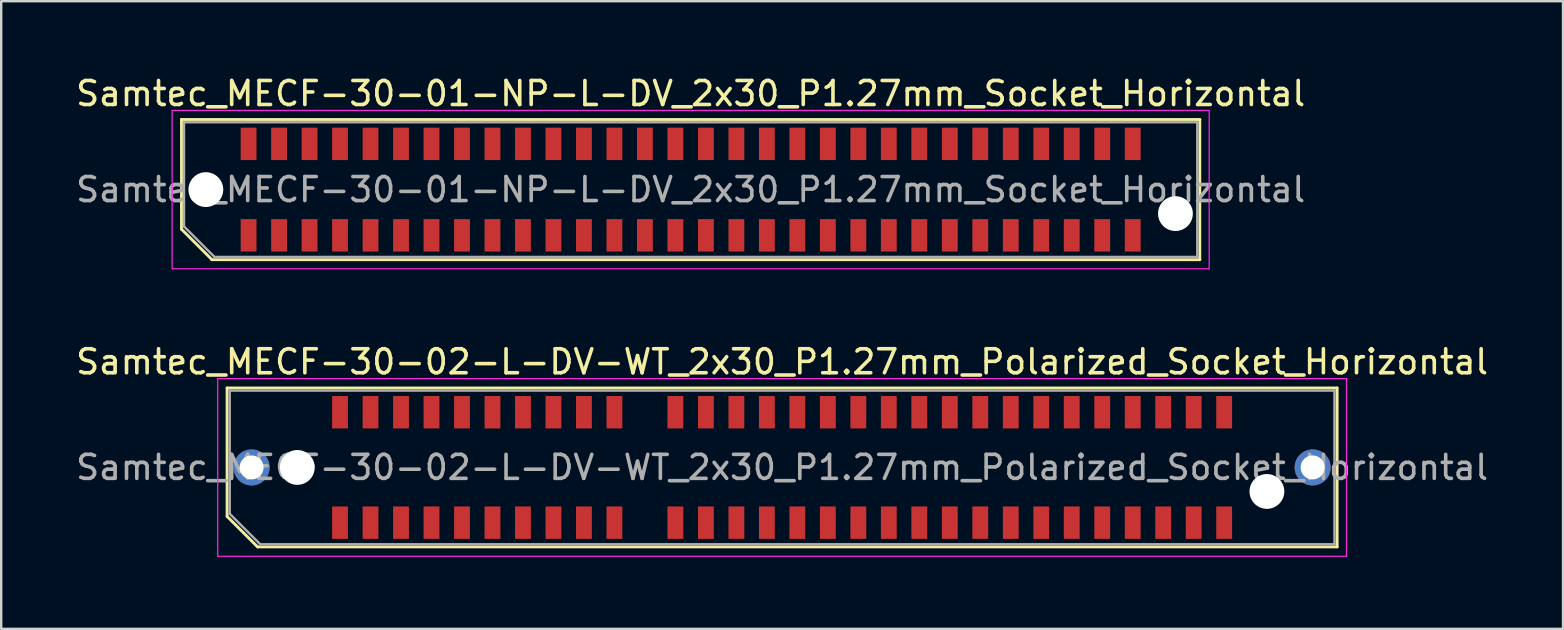
<source format=kicad_pcb>
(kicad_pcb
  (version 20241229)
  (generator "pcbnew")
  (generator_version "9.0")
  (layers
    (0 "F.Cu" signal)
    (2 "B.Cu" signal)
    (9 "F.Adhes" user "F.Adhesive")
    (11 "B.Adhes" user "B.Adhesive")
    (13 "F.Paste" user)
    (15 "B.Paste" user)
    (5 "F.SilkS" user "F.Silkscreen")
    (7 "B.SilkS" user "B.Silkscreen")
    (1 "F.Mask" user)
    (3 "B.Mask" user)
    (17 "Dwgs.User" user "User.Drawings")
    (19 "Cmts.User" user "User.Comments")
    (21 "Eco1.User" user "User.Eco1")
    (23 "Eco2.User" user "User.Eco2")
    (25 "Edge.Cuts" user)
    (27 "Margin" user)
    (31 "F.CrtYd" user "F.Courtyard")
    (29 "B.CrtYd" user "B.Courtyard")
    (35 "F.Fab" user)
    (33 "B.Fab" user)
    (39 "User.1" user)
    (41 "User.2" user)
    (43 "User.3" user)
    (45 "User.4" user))
  (footprint "Samtec_MECF-30-01-NP-L-DV_2x30_P1.27mm_Socket_Horizontal"
    (layer "F.Cu")
    (at 25.72 4.848)
    (property "Reference" "Samtec_MECF-30-01-NP-L-DV_2x30_P1.27mm_Socket_Horizontal" (at 0 -4 0) (layer "F.SilkS") (effects (font (size 1 1) (thickness 0.15))))
    (attr smd)
    (fp_line (start -21.21 -2.92) (end 21.21 -2.92) (stroke (width 0.12) (type solid)) (layer "F.SilkS"))
    (fp_line (start -21.21 1.65) (end -21.21 -2.92) (stroke (width 0.12) (type solid)) (layer "F.SilkS"))
    (fp_line (start -19.94 2.92) (end -21.21 1.65) (stroke (width 0.12) (type solid)) (layer "F.SilkS"))
    (fp_line (start -19.94 2.92) (end 21.21 2.92) (stroke (width 0.12) (type solid)) (layer "F.SilkS"))
    (fp_line (start 21.21 2.92) (end 21.21 -2.92) (stroke (width 0.12) (type solid)) (layer "F.SilkS"))
    (fp_line (start -21.6 -3.3) (end -21.6 3.3) (stroke (width 0.05) (type solid)) (layer "F.CrtYd"))
    (fp_line (start -21.6 3.3) (end 21.6 3.3) (stroke (width 0.05) (type solid)) (layer "F.CrtYd"))
    (fp_line (start 21.6 -3.3) (end -21.6 -3.3) (stroke (width 0.05) (type solid)) (layer "F.CrtYd"))
    (fp_line (start 21.6 3.3) (end 21.6 -3.3) (stroke (width 0.05) (type solid)) (layer "F.CrtYd"))
    (fp_line (start -21.105 -2.805) (end 21.105 -2.805) (stroke (width 0.1) (type solid)) (layer "F.Fab"))
    (fp_line (start -21.105 1.535) (end -21.105 -2.805) (stroke (width 0.1) (type solid)) (layer "F.Fab"))
    (fp_line (start -21.105 1.535) (end -19.835 2.805) (stroke (width 0.1) (type solid)) (layer "F.Fab"))
    (fp_line (start -19.835 2.805) (end 21.105 2.805) (stroke (width 0.1) (type solid)) (layer "F.Fab"))
    (fp_line (start 21.105 2.805) (end 21.105 -2.805) (stroke (width 0.1) (type solid)) (layer "F.Fab"))
    (fp_text user "${REFERENCE}" (at 0 0 0) (layer "F.Fab") (effects (font (size 1 1) (thickness 0.15))))
    (pad "" np_thru_hole circle (at -20.195 0) (size 1.45 1.45) (drill 1.45) (layers "*.Cu" "*.Mask"))
    (pad "" np_thru_hole circle (at 20.195 1) (size 1.45 1.45) (drill 1.45) (layers "*.Cu" "*.Mask"))
    (pad "1" smd rect (at -18.415 1.905) (size 0.66 1.35) (layers "F.Cu" "F.Mask" "F.Paste"))
    (pad "2" smd rect (at -18.415 -1.905) (size 0.66 1.35) (layers "F.Cu" "F.Mask" "F.Paste"))
    (pad "3" smd rect (at -17.145 1.905) (size 0.66 1.35) (layers "F.Cu" "F.Mask" "F.Paste"))
    (pad "4" smd rect (at -17.145 -1.905) (size 0.66 1.35) (layers "F.Cu" "F.Mask" "F.Paste"))
    (pad "5" smd rect (at -15.875 1.905) (size 0.66 1.35) (layers "F.Cu" "F.Mask" "F.Paste"))
    (pad "6" smd rect (at -15.875 -1.905) (size 0.66 1.35) (layers "F.Cu" "F.Mask" "F.Paste"))
    (pad "7" smd rect (at -14.605 1.905) (size 0.66 1.35) (layers "F.Cu" "F.Mask" "F.Paste"))
    (pad "8" smd rect (at -14.605 -1.905) (size 0.66 1.35) (layers "F.Cu" "F.Mask" "F.Paste"))
    (pad "9" smd rect (at -13.335 1.905) (size 0.66 1.35) (layers "F.Cu" "F.Mask" "F.Paste"))
    (pad "10" smd rect (at -13.335 -1.905) (size 0.66 1.35) (layers "F.Cu" "F.Mask" "F.Paste"))
    (pad "11" smd rect (at -12.065 1.905) (size 0.66 1.35) (layers "F.Cu" "F.Mask" "F.Paste"))
    (pad "12" smd rect (at -12.065 -1.905) (size 0.66 1.35) (layers "F.Cu" "F.Mask" "F.Paste"))
    (pad "13" smd rect (at -10.795 1.905) (size 0.66 1.35) (layers "F.Cu" "F.Mask" "F.Paste"))
    (pad "14" smd rect (at -10.795 -1.905) (size 0.66 1.35) (layers "F.Cu" "F.Mask" "F.Paste"))
    (pad "15" smd rect (at -9.525 1.905) (size 0.66 1.35) (layers "F.Cu" "F.Mask" "F.Paste"))
    (pad "16" smd rect (at -9.525 -1.905) (size 0.66 1.35) (layers "F.Cu" "F.Mask" "F.Paste"))
    (pad "17" smd rect (at -8.255 1.905) (size 0.66 1.35) (layers "F.Cu" "F.Mask" "F.Paste"))
    (pad "18" smd rect (at -8.255 -1.905) (size 0.66 1.35) (layers "F.Cu" "F.Mask" "F.Paste"))
    (pad "19" smd rect (at -6.985 1.905) (size 0.66 1.35) (layers "F.Cu" "F.Mask" "F.Paste"))
    (pad "20" smd rect (at -6.985 -1.905) (size 0.66 1.35) (layers "F.Cu" "F.Mask" "F.Paste"))
    (pad "21" smd rect (at -5.715 1.905) (size 0.66 1.35) (layers "F.Cu" "F.Mask" "F.Paste"))
    (pad "22" smd rect (at -5.715 -1.905) (size 0.66 1.35) (layers "F.Cu" "F.Mask" "F.Paste"))
    (pad "23" smd rect (at -4.445 1.905) (size 0.66 1.35) (layers "F.Cu" "F.Mask" "F.Paste"))
    (pad "24" smd rect (at -4.445 -1.905) (size 0.66 1.35) (layers "F.Cu" "F.Mask" "F.Paste"))
    (pad "25" smd rect (at -3.175 1.905) (size 0.66 1.35) (layers "F.Cu" "F.Mask" "F.Paste"))
    (pad "26" smd rect (at -3.175 -1.905) (size 0.66 1.35) (layers "F.Cu" "F.Mask" "F.Paste"))
    (pad "27" smd rect (at -1.905 1.905) (size 0.66 1.35) (layers "F.Cu" "F.Mask" "F.Paste"))
    (pad "28" smd rect (at -1.905 -1.905) (size 0.66 1.35) (layers "F.Cu" "F.Mask" "F.Paste"))
    (pad "29" smd rect (at -0.635 1.905) (size 0.66 1.35) (layers "F.Cu" "F.Mask" "F.Paste"))
    (pad "30" smd rect (at -0.635 -1.905) (size 0.66 1.35) (layers "F.Cu" "F.Mask" "F.Paste"))
    (pad "31" smd rect (at 0.635 1.905) (size 0.66 1.35) (layers "F.Cu" "F.Mask" "F.Paste"))
    (pad "32" smd rect (at 0.635 -1.905) (size 0.66 1.35) (layers "F.Cu" "F.Mask" "F.Paste"))
    (pad "33" smd rect (at 1.905 1.905) (size 0.66 1.35) (layers "F.Cu" "F.Mask" "F.Paste"))
    (pad "34" smd rect (at 1.905 -1.905) (size 0.66 1.35) (layers "F.Cu" "F.Mask" "F.Paste"))
    (pad "35" smd rect (at 3.175 1.905) (size 0.66 1.35) (layers "F.Cu" "F.Mask" "F.Paste"))
    (pad "36" smd rect (at 3.175 -1.905) (size 0.66 1.35) (layers "F.Cu" "F.Mask" "F.Paste"))
    (pad "37" smd rect (at 4.445 1.905) (size 0.66 1.35) (layers "F.Cu" "F.Mask" "F.Paste"))
    (pad "38" smd rect (at 4.445 -1.905) (size 0.66 1.35) (layers "F.Cu" "F.Mask" "F.Paste"))
    (pad "39" smd rect (at 5.715 1.905) (size 0.66 1.35) (layers "F.Cu" "F.Mask" "F.Paste"))
    (pad "40" smd rect (at 5.715 -1.905) (size 0.66 1.35) (layers "F.Cu" "F.Mask" "F.Paste"))
    (pad "41" smd rect (at 6.985 1.905) (size 0.66 1.35) (layers "F.Cu" "F.Mask" "F.Paste"))
    (pad "42" smd rect (at 6.985 -1.905) (size 0.66 1.35) (layers "F.Cu" "F.Mask" "F.Paste"))
    (pad "43" smd rect (at 8.255 1.905) (size 0.66 1.35) (layers "F.Cu" "F.Mask" "F.Paste"))
    (pad "44" smd rect (at 8.255 -1.905) (size 0.66 1.35) (layers "F.Cu" "F.Mask" "F.Paste"))
    (pad "45" smd rect (at 9.525 1.905) (size 0.66 1.35) (layers "F.Cu" "F.Mask" "F.Paste"))
    (pad "46" smd rect (at 9.525 -1.905) (size 0.66 1.35) (layers "F.Cu" "F.Mask" "F.Paste"))
    (pad "47" smd rect (at 10.795 1.905) (size 0.66 1.35) (layers "F.Cu" "F.Mask" "F.Paste"))
    (pad "48" smd rect (at 10.795 -1.905) (size 0.66 1.35) (layers "F.Cu" "F.Mask" "F.Paste"))
    (pad "49" smd rect (at 12.065 1.905) (size 0.66 1.35) (layers "F.Cu" "F.Mask" "F.Paste"))
    (pad "50" smd rect (at 12.065 -1.905) (size 0.66 1.35) (layers "F.Cu" "F.Mask" "F.Paste"))
    (pad "51" smd rect (at 13.335 1.905) (size 0.66 1.35) (layers "F.Cu" "F.Mask" "F.Paste"))
    (pad "52" smd rect (at 13.335 -1.905) (size 0.66 1.35) (layers "F.Cu" "F.Mask" "F.Paste"))
    (pad "53" smd rect (at 14.605 1.905) (size 0.66 1.35) (layers "F.Cu" "F.Mask" "F.Paste"))
    (pad "54" smd rect (at 14.605 -1.905) (size 0.66 1.35) (layers "F.Cu" "F.Mask" "F.Paste"))
    (pad "55" smd rect (at 15.875 1.905) (size 0.66 1.35) (layers "F.Cu" "F.Mask" "F.Paste"))
    (pad "56" smd rect (at 15.875 -1.905) (size 0.66 1.35) (layers "F.Cu" "F.Mask" "F.Paste"))
    (pad "57" smd rect (at 17.145 1.905) (size 0.66 1.35) (layers "F.Cu" "F.Mask" "F.Paste"))
    (pad "58" smd rect (at 17.145 -1.905) (size 0.66 1.35) (layers "F.Cu" "F.Mask" "F.Paste"))
    (pad "59" smd rect (at 18.415 1.905) (size 0.66 1.35) (layers "F.Cu" "F.Mask" "F.Paste"))
    (pad "60" smd rect (at 18.415 -1.905) (size 0.66 1.35) (layers "F.Cu" "F.Mask" "F.Paste")))
  (footprint "Samtec_MECF-30-02-L-DV-WT_2x30_P1.27mm_Polarized_Socket_Horizontal"
    (layer "F.Cu")
    (at 29.53 16.422)
    (property "Reference" "Samtec_MECF-30-02-L-DV-WT_2x30_P1.27mm_Polarized_Socket_Horizontal" (at 0 -4.4 0) (layer "F.SilkS") (effects (font (size 1 1) (thickness 0.15))))
    (attr smd)
    (fp_line (start -23.12 -3.31) (end 23.12 -3.31) (stroke (width 0.12) (type solid)) (layer "F.SilkS"))
    (fp_line (start -23.12 2.04) (end -23.12 -3.31) (stroke (width 0.12) (type solid)) (layer "F.SilkS"))
    (fp_line (start -21.85 3.31) (end -23.12 2.04) (stroke (width 0.12) (type solid)) (layer "F.SilkS"))
    (fp_line (start -21.85 3.31) (end 23.12 3.31) (stroke (width 0.12) (type solid)) (layer "F.SilkS"))
    (fp_line (start 23.12 3.31) (end 23.12 -3.31) (stroke (width 0.12) (type solid)) (layer "F.SilkS"))
    (fp_line (start -23.51 -3.7) (end -23.51 3.7) (stroke (width 0.05) (type solid)) (layer "F.CrtYd"))
    (fp_line (start -23.51 3.7) (end 23.51 3.7) (stroke (width 0.05) (type solid)) (layer "F.CrtYd"))
    (fp_line (start 23.51 -3.7) (end -23.51 -3.7) (stroke (width 0.05) (type solid)) (layer "F.CrtYd"))
    (fp_line (start 23.51 3.7) (end 23.51 -3.7) (stroke (width 0.05) (type solid)) (layer "F.CrtYd"))
    (fp_line (start -23.01 -3.2) (end 23.01 -3.2) (stroke (width 0.1) (type solid)) (layer "F.Fab"))
    (fp_line (start -23.01 1.93) (end -23.01 -3.2) (stroke (width 0.1) (type solid)) (layer "F.Fab"))
    (fp_line (start -23.01 1.93) (end -21.74 3.2) (stroke (width 0.1) (type solid)) (layer "F.Fab"))
    (fp_line (start -21.74 3.2) (end 23.01 3.2) (stroke (width 0.1) (type solid)) (layer "F.Fab"))
    (fp_line (start 23.01 3.2) (end 23.01 -3.2) (stroke (width 0.1) (type solid)) (layer "F.Fab"))
    (fp_text user "${REFERENCE}" (at 0 0 0) (layer "F.Fab") (effects (font (size 1 1) (thickness 0.15))))
    (pad "" thru_hole circle (at -22.1 0) (size 1.5 1.5) (drill 1) (layers "*.Cu" "*.Mask"))
    (pad "" np_thru_hole circle (at -20.195 0) (size 1.45 1.45) (drill 1.45) (layers "*.Cu" "*.Mask"))
    (pad "" np_thru_hole circle (at 20.195 1) (size 1.45 1.45) (drill 1.45) (layers "*.Cu" "*.Mask"))
    (pad "" thru_hole circle (at 22.1 0) (size 1.5 1.5) (drill 1) (layers "*.Cu" "*.Mask"))
    (pad "1" smd rect (at -18.415 2.3) (size 0.66 1.35) (layers "F.Cu" "F.Mask" "F.Paste"))
    (pad "2" smd rect (at -18.415 -2.3) (size 0.66 1.35) (layers "F.Cu" "F.Mask" "F.Paste"))
    (pad "3" smd rect (at -17.145 2.3) (size 0.66 1.35) (layers "F.Cu" "F.Mask" "F.Paste"))
    (pad "4" smd rect (at -17.145 -2.3) (size 0.66 1.35) (layers "F.Cu" "F.Mask" "F.Paste"))
    (pad "5" smd rect (at -15.875 2.3) (size 0.66 1.35) (layers "F.Cu" "F.Mask" "F.Paste"))
    (pad "6" smd rect (at -15.875 -2.3) (size 0.66 1.35) (layers "F.Cu" "F.Mask" "F.Paste"))
    (pad "7" smd rect (at -14.605 2.3) (size 0.66 1.35) (layers "F.Cu" "F.Mask" "F.Paste"))
    (pad "8" smd rect (at -14.605 -2.3) (size 0.66 1.35) (layers "F.Cu" "F.Mask" "F.Paste"))
    (pad "9" smd rect (at -13.335 2.3) (size 0.66 1.35) (layers "F.Cu" "F.Mask" "F.Paste"))
    (pad "10" smd rect (at -13.335 -2.3) (size 0.66 1.35) (layers "F.Cu" "F.Mask" "F.Paste"))
    (pad "11" smd rect (at -12.065 2.3) (size 0.66 1.35) (layers "F.Cu" "F.Mask" "F.Paste"))
    (pad "12" smd rect (at -12.065 -2.3) (size 0.66 1.35) (layers "F.Cu" "F.Mask" "F.Paste"))
    (pad "13" smd rect (at -10.795 2.3) (size 0.66 1.35) (layers "F.Cu" "F.Mask" "F.Paste"))
    (pad "14" smd rect (at -10.795 -2.3) (size 0.66 1.35) (layers "F.Cu" "F.Mask" "F.Paste"))
    (pad "15" smd rect (at -9.525 2.3) (size 0.66 1.35) (layers "F.Cu" "F.Mask" "F.Paste"))
    (pad "16" smd rect (at -9.525 -2.3) (size 0.66 1.35) (layers "F.Cu" "F.Mask" "F.Paste"))
    (pad "17" smd rect (at -8.255 2.3) (size 0.66 1.35) (layers "F.Cu" "F.Mask" "F.Paste"))
    (pad "18" smd rect (at -8.255 -2.3) (size 0.66 1.35) (layers "F.Cu" "F.Mask" "F.Paste"))
    (pad "19" smd rect (at -6.985 2.3) (size 0.66 1.35) (layers "F.Cu" "F.Mask" "F.Paste"))
    (pad "20" smd rect (at -6.985 -2.3) (size 0.66 1.35) (layers "F.Cu" "F.Mask" "F.Paste"))
    (pad "23" smd rect (at -4.445 2.3) (size 0.66 1.35) (layers "F.Cu" "F.Mask" "F.Paste"))
    (pad "24" smd rect (at -4.445 -2.3) (size 0.66 1.35) (layers "F.Cu" "F.Mask" "F.Paste"))
    (pad "25" smd rect (at -3.175 2.3) (size 0.66 1.35) (layers "F.Cu" "F.Mask" "F.Paste"))
    (pad "26" smd rect (at -3.175 -2.3) (size 0.66 1.35) (layers "F.Cu" "F.Mask" "F.Paste"))
    (pad "27" smd rect (at -1.905 2.3) (size 0.66 1.35) (layers "F.Cu" "F.Mask" "F.Paste"))
    (pad "28" smd rect (at -1.905 -2.3) (size 0.66 1.35) (layers "F.Cu" "F.Mask" "F.Paste"))
    (pad "29" smd rect (at -0.635 2.3) (size 0.66 1.35) (layers "F.Cu" "F.Mask" "F.Paste"))
    (pad "30" smd rect (at -0.635 -2.3) (size 0.66 1.35) (layers "F.Cu" "F.Mask" "F.Paste"))
    (pad "31" smd rect (at 0.635 2.3) (size 0.66 1.35) (layers "F.Cu" "F.Mask" "F.Paste"))
    (pad "32" smd rect (at 0.635 -2.3) (size 0.66 1.35) (layers "F.Cu" "F.Mask" "F.Paste"))
    (pad "33" smd rect (at 1.905 2.3) (size 0.66 1.35) (layers "F.Cu" "F.Mask" "F.Paste"))
    (pad "34" smd rect (at 1.905 -2.3) (size 0.66 1.35) (layers "F.Cu" "F.Mask" "F.Paste"))
    (pad "35" smd rect (at 3.175 2.3) (size 0.66 1.35) (layers "F.Cu" "F.Mask" "F.Paste"))
    (pad "36" smd rect (at 3.175 -2.3) (size 0.66 1.35) (layers "F.Cu" "F.Mask" "F.Paste"))
    (pad "37" smd rect (at 4.445 2.3) (size 0.66 1.35) (layers "F.Cu" "F.Mask" "F.Paste"))
    (pad "38" smd rect (at 4.445 -2.3) (size 0.66 1.35) (layers "F.Cu" "F.Mask" "F.Paste"))
    (pad "39" smd rect (at 5.715 2.3) (size 0.66 1.35) (layers "F.Cu" "F.Mask" "F.Paste"))
    (pad "40" smd rect (at 5.715 -2.3) (size 0.66 1.35) (layers "F.Cu" "F.Mask" "F.Paste"))
    (pad "41" smd rect (at 6.985 2.3) (size 0.66 1.35) (layers "F.Cu" "F.Mask" "F.Paste"))
    (pad "42" smd rect (at 6.985 -2.3) (size 0.66 1.35) (layers "F.Cu" "F.Mask" "F.Paste"))
    (pad "43" smd rect (at 8.255 2.3) (size 0.66 1.35) (layers "F.Cu" "F.Mask" "F.Paste"))
    (pad "44" smd rect (at 8.255 -2.3) (size 0.66 1.35) (layers "F.Cu" "F.Mask" "F.Paste"))
    (pad "45" smd rect (at 9.525 2.3) (size 0.66 1.35) (layers "F.Cu" "F.Mask" "F.Paste"))
    (pad "46" smd rect (at 9.525 -2.3) (size 0.66 1.35) (layers "F.Cu" "F.Mask" "F.Paste"))
    (pad "47" smd rect (at 10.795 2.3) (size 0.66 1.35) (layers "F.Cu" "F.Mask" "F.Paste"))
    (pad "48" smd rect (at 10.795 -2.3) (size 0.66 1.35) (layers "F.Cu" "F.Mask" "F.Paste"))
    (pad "49" smd rect (at 12.065 2.3) (size 0.66 1.35) (layers "F.Cu" "F.Mask" "F.Paste"))
    (pad "50" smd rect (at 12.065 -2.3) (size 0.66 1.35) (layers "F.Cu" "F.Mask" "F.Paste"))
    (pad "51" smd rect (at 13.335 2.3) (size 0.66 1.35) (layers "F.Cu" "F.Mask" "F.Paste"))
    (pad "52" smd rect (at 13.335 -2.3) (size 0.66 1.35) (layers "F.Cu" "F.Mask" "F.Paste"))
    (pad "53" smd rect (at 14.605 2.3) (size 0.66 1.35) (layers "F.Cu" "F.Mask" "F.Paste"))
    (pad "54" smd rect (at 14.605 -2.3) (size 0.66 1.35) (layers "F.Cu" "F.Mask" "F.Paste"))
    (pad "55" smd rect (at 15.875 2.3) (size 0.66 1.35) (layers "F.Cu" "F.Mask" "F.Paste"))
    (pad "56" smd rect (at 15.875 -2.3) (size 0.66 1.35) (layers "F.Cu" "F.Mask" "F.Paste"))
    (pad "57" smd rect (at 17.145 2.3) (size 0.66 1.35) (layers "F.Cu" "F.Mask" "F.Paste"))
    (pad "58" smd rect (at 17.145 -2.3) (size 0.66 1.35) (layers "F.Cu" "F.Mask" "F.Paste"))
    (pad "59" smd rect (at 18.415 2.3) (size 0.66 1.35) (layers "F.Cu" "F.Mask" "F.Paste"))
    (pad "60" smd rect (at 18.415 -2.3) (size 0.66 1.35) (layers "F.Cu" "F.Mask" "F.Paste")))
  (gr_rect
    (start -3 -3)
    (end 62.06 23.146)
    (stroke (width 0.1) (type default))
    (fill no)
    (layer "Edge.Cuts")))
</source>
